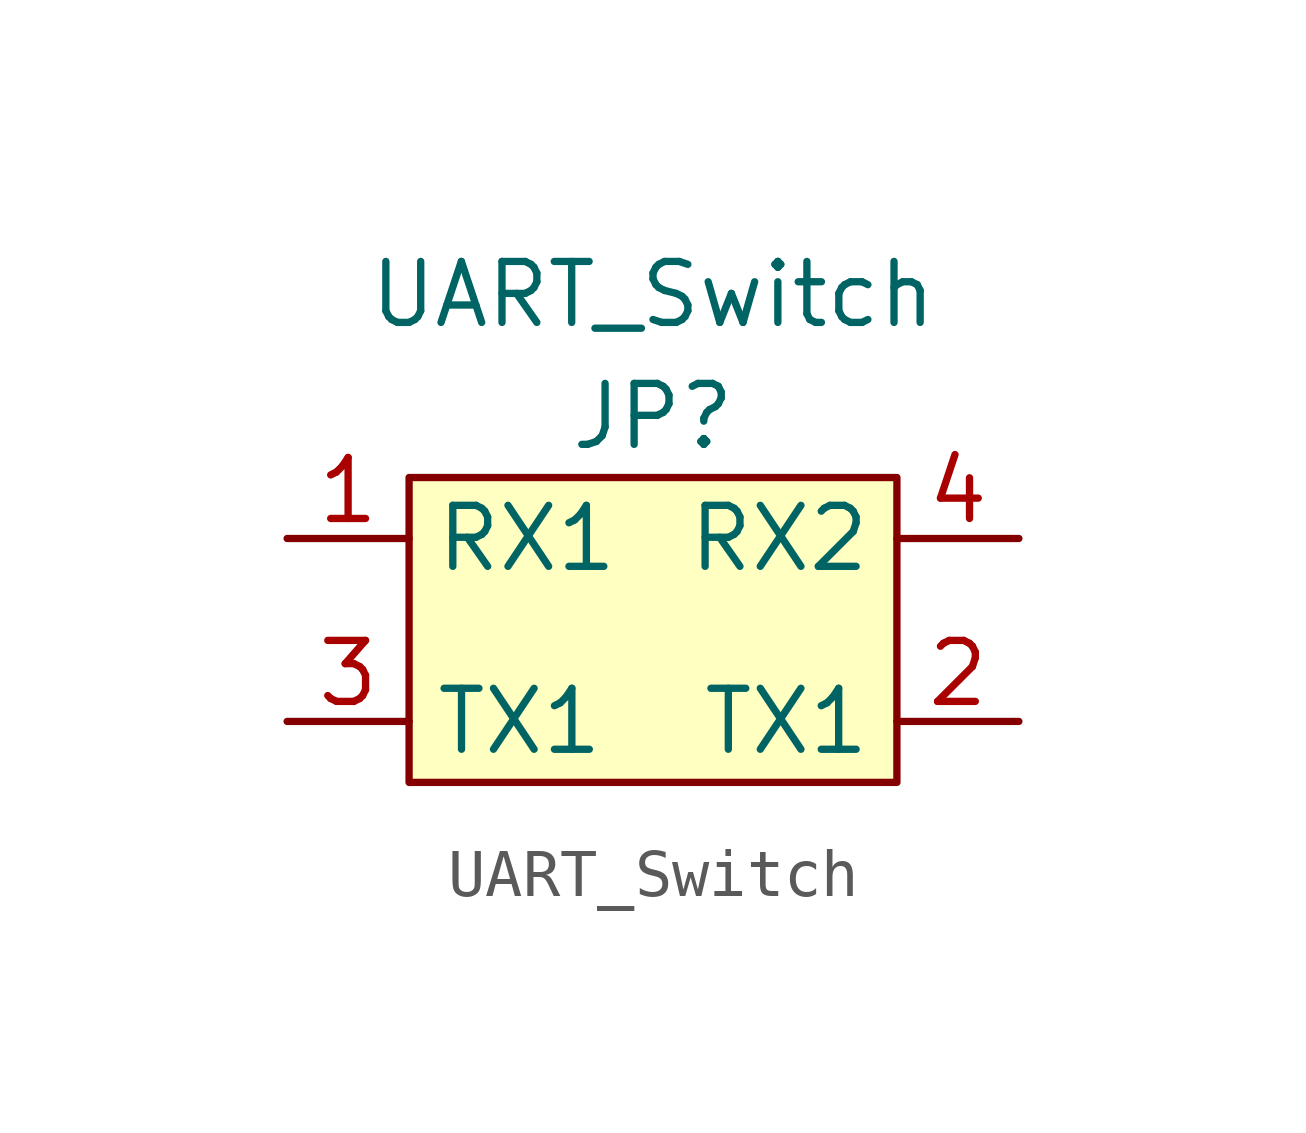
<source format=kicad_sym>
(kicad_symbol_lib
  (version 20211014)
  (generator kicad_symbol_editor)
  (symbol "UART_Switch"
    (property "Reference" "JP"
      (at 0 5.08 0)
      (effects (font (size 1.27 1.27))))
    (property "Value" "UART_Switch"
      (at 0 7.62 0)
      (effects (font (size 1.27 1.27))))
    (symbol "UART_Switch_0_1"
      (rectangle (start -5.08 3.81) (end 5.08 -2.54) (stroke (width 0) (type default) (color 0 0 0 0)) (fill (type background))))
    (symbol "UART_Switch_1_1"
      (pin bidirectional line (at -7.62 2.54 0) (length 2.54) (name "RX1" (effects (font (size 1.27 1.27)))) (number "1" (effects (font (size 1.27 1.27)))))
      (pin bidirectional line (at 7.62 -1.27 180) (length 2.54) (name "TX1" (effects (font (size 1.27 1.27)))) (number "2" (effects (font (size 1.27 1.27)))))
      (pin bidirectional line (at -7.62 -1.27 0) (length 2.54) (name "TX1" (effects (font (size 1.27 1.27)))) (number "3" (effects (font (size 1.27 1.27)))))
      (pin bidirectional line (at 7.62 2.54 180) (length 2.54) (name "RX2" (effects (font (size 1.27 1.27)))) (number "4" (effects (font (size 1.27 1.27))))))))
</source>
